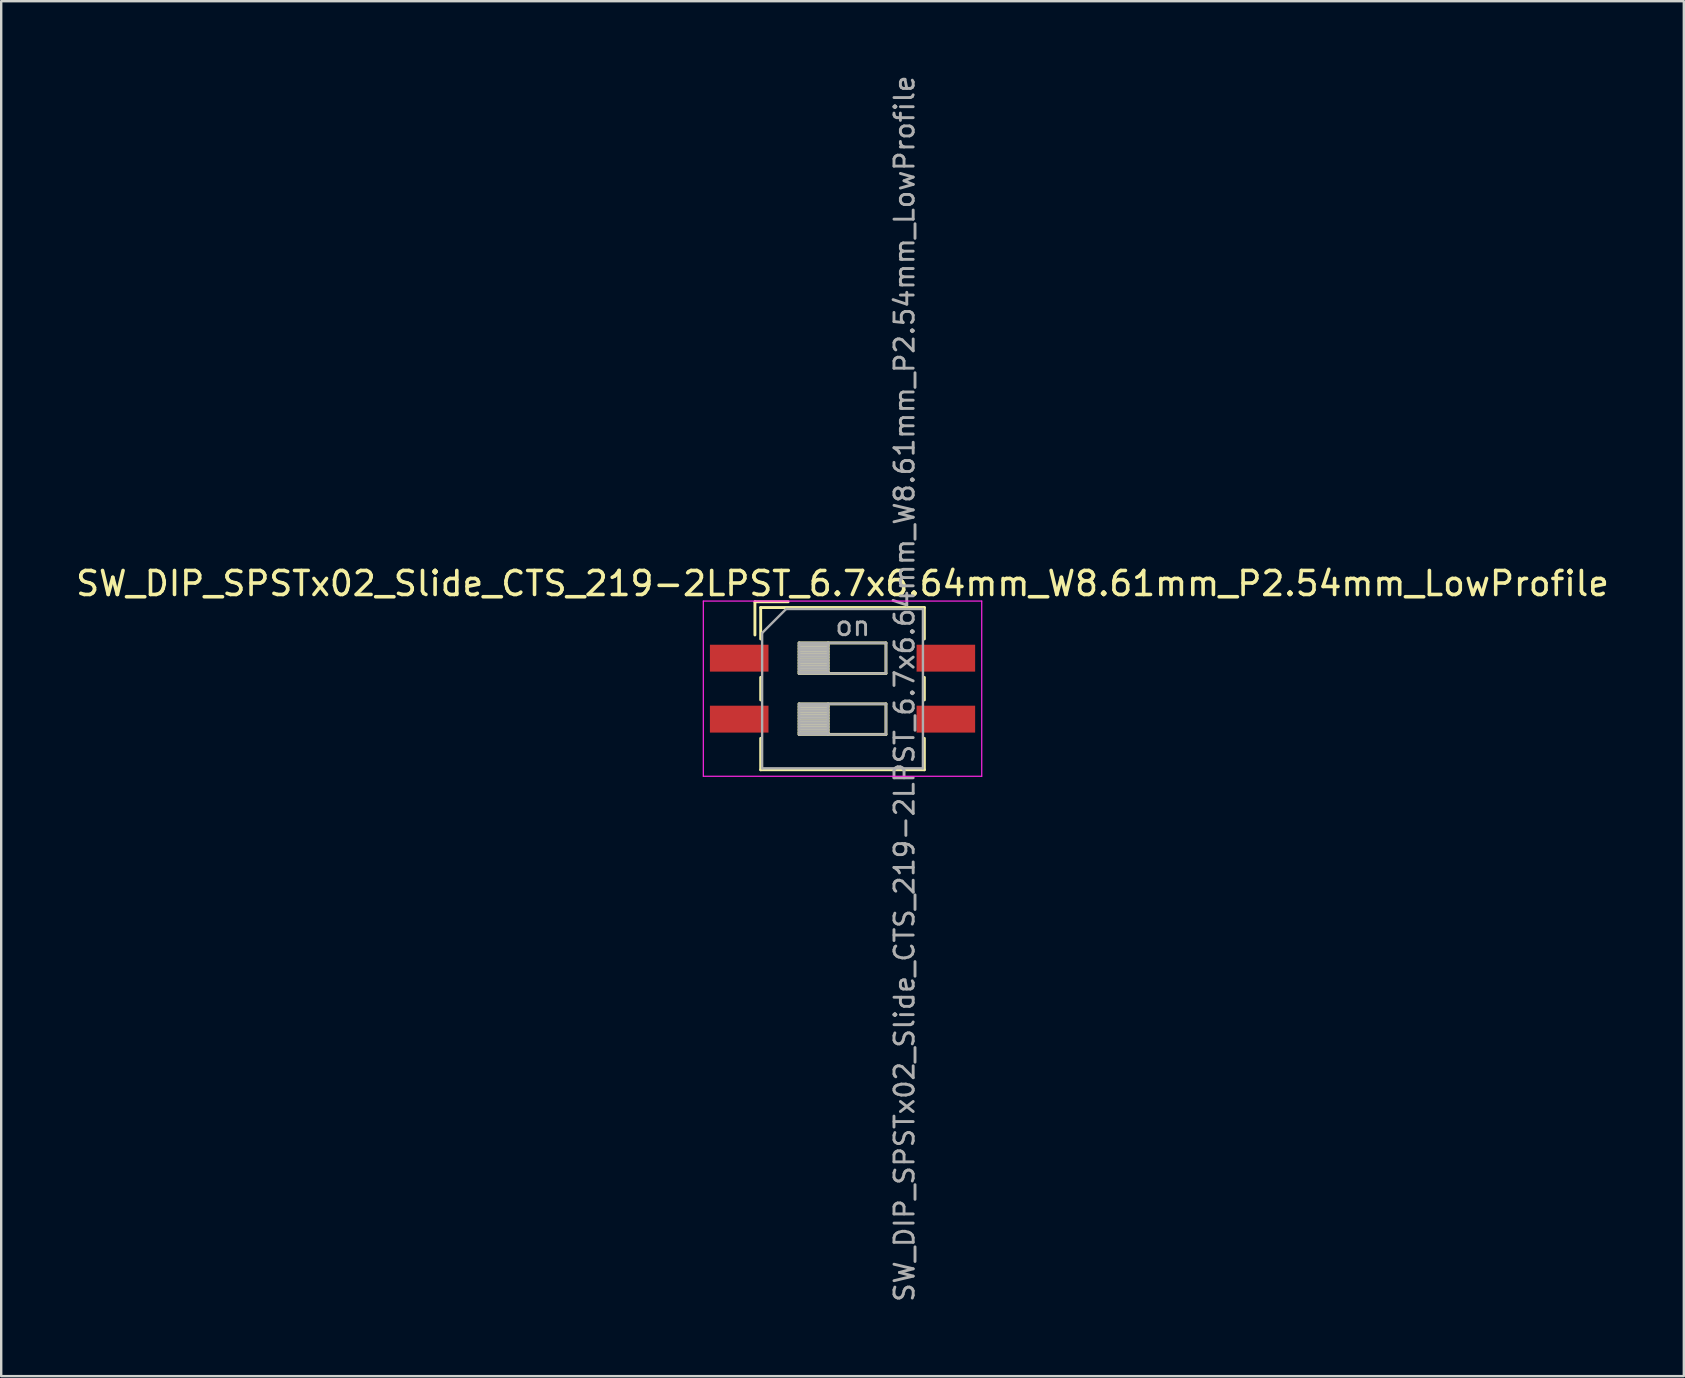
<source format=kicad_pcb>
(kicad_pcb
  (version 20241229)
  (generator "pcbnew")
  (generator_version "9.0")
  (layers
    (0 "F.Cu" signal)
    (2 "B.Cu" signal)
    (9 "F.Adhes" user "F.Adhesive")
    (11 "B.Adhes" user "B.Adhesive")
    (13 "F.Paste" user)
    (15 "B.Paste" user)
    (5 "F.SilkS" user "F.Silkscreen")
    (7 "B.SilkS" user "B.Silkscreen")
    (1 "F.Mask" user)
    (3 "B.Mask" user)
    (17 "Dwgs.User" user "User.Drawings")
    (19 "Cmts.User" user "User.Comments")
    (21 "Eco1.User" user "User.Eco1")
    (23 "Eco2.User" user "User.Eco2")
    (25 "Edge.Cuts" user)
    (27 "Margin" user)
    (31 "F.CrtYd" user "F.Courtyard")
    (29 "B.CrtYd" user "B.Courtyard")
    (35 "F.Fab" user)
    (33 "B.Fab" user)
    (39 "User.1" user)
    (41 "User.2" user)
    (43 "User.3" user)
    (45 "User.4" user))
  (footprint "SW_DIP_SPSTx02_Slide_CTS_219-2LPST_6.7x6.64mm_W8.61mm_P2.54mm_LowProfile"
    (layer "F.Cu")
    (at 32.054 25.643)
    (property "Reference" "SW_DIP_SPSTx02_Slide_CTS_219-2LPST_6.7x6.64mm_W8.61mm_P2.54mm_LowProfile" (at 0 -4.38 0) (layer "F.SilkS") (effects (font (size 1 1) (thickness 0.15))))
    (attr smd)
    (fp_line (start -3.65 -3.62) (end -3.65 -2.237) (stroke (width 0.12) (type solid)) (layer "F.SilkS"))
    (fp_line (start -3.65 -3.62) (end -2.267 -3.62) (stroke (width 0.12) (type solid)) (layer "F.SilkS"))
    (fp_line (start -3.41 -3.38) (end -3.41 -2.07) (stroke (width 0.12) (type solid)) (layer "F.SilkS"))
    (fp_line (start -3.41 -3.38) (end 3.41 -3.38) (stroke (width 0.12) (type solid)) (layer "F.SilkS"))
    (fp_line (start -3.41 -0.47) (end -3.41 0.47) (stroke (width 0.12) (type solid)) (layer "F.SilkS"))
    (fp_line (start -3.41 2.07) (end -3.41 3.38) (stroke (width 0.12) (type solid)) (layer "F.SilkS"))
    (fp_line (start -3.41 3.38) (end 3.41 3.38) (stroke (width 0.12) (type solid)) (layer "F.SilkS"))
    (fp_line (start -1.81 -1.905) (end -1.81 -0.635) (stroke (width 0.12) (type solid)) (layer "F.SilkS"))
    (fp_line (start -1.81 -1.785) (end -0.603 -1.785) (stroke (width 0.12) (type solid)) (layer "F.SilkS"))
    (fp_line (start -1.81 -1.665) (end -0.603 -1.665) (stroke (width 0.12) (type solid)) (layer "F.SilkS"))
    (fp_line (start -1.81 -1.545) (end -0.603 -1.545) (stroke (width 0.12) (type solid)) (layer "F.SilkS"))
    (fp_line (start -1.81 -1.425) (end -0.603 -1.425) (stroke (width 0.12) (type solid)) (layer "F.SilkS"))
    (fp_line (start -1.81 -1.305) (end -0.603 -1.305) (stroke (width 0.12) (type solid)) (layer "F.SilkS"))
    (fp_line (start -1.81 -1.185) (end -0.603 -1.185) (stroke (width 0.12) (type solid)) (layer "F.SilkS"))
    (fp_line (start -1.81 -1.065) (end -0.603 -1.065) (stroke (width 0.12) (type solid)) (layer "F.SilkS"))
    (fp_line (start -1.81 -0.945) (end -0.603 -0.945) (stroke (width 0.12) (type solid)) (layer "F.SilkS"))
    (fp_line (start -1.81 -0.825) (end -0.603 -0.825) (stroke (width 0.12) (type solid)) (layer "F.SilkS"))
    (fp_line (start -1.81 -0.705) (end -0.603 -0.705) (stroke (width 0.12) (type solid)) (layer "F.SilkS"))
    (fp_line (start -1.81 -0.635) (end 1.81 -0.635) (stroke (width 0.12) (type solid)) (layer "F.SilkS"))
    (fp_line (start -1.81 0.635) (end -1.81 1.905) (stroke (width 0.12) (type solid)) (layer "F.SilkS"))
    (fp_line (start -1.81 0.755) (end -0.603 0.755) (stroke (width 0.12) (type solid)) (layer "F.SilkS"))
    (fp_line (start -1.81 0.875) (end -0.603 0.875) (stroke (width 0.12) (type solid)) (layer "F.SilkS"))
    (fp_line (start -1.81 0.995) (end -0.603 0.995) (stroke (width 0.12) (type solid)) (layer "F.SilkS"))
    (fp_line (start -1.81 1.115) (end -0.603 1.115) (stroke (width 0.12) (type solid)) (layer "F.SilkS"))
    (fp_line (start -1.81 1.235) (end -0.603 1.235) (stroke (width 0.12) (type solid)) (layer "F.SilkS"))
    (fp_line (start -1.81 1.355) (end -0.603 1.355) (stroke (width 0.12) (type solid)) (layer "F.SilkS"))
    (fp_line (start -1.81 1.475) (end -0.603 1.475) (stroke (width 0.12) (type solid)) (layer "F.SilkS"))
    (fp_line (start -1.81 1.595) (end -0.603 1.595) (stroke (width 0.12) (type solid)) (layer "F.SilkS"))
    (fp_line (start -1.81 1.715) (end -0.603 1.715) (stroke (width 0.12) (type solid)) (layer "F.SilkS"))
    (fp_line (start -1.81 1.835) (end -0.603 1.835) (stroke (width 0.12) (type solid)) (layer "F.SilkS"))
    (fp_line (start -1.81 1.905) (end 1.81 1.905) (stroke (width 0.12) (type solid)) (layer "F.SilkS"))
    (fp_line (start -0.603 -1.905) (end -0.603 -0.635) (stroke (width 0.12) (type solid)) (layer "F.SilkS"))
    (fp_line (start -0.603 0.635) (end -0.603 1.905) (stroke (width 0.12) (type solid)) (layer "F.SilkS"))
    (fp_line (start 1.81 -1.905) (end -1.81 -1.905) (stroke (width 0.12) (type solid)) (layer "F.SilkS"))
    (fp_line (start 1.81 -0.635) (end 1.81 -1.905) (stroke (width 0.12) (type solid)) (layer "F.SilkS"))
    (fp_line (start 1.81 0.635) (end -1.81 0.635) (stroke (width 0.12) (type solid)) (layer "F.SilkS"))
    (fp_line (start 1.81 1.905) (end 1.81 0.635) (stroke (width 0.12) (type solid)) (layer "F.SilkS"))
    (fp_line (start 3.41 -3.38) (end 3.41 -2.07) (stroke (width 0.12) (type solid)) (layer "F.SilkS"))
    (fp_line (start 3.41 -0.47) (end 3.41 0.47) (stroke (width 0.12) (type solid)) (layer "F.SilkS"))
    (fp_line (start 3.41 2.07) (end 3.41 3.38) (stroke (width 0.12) (type solid)) (layer "F.SilkS"))
    (fp_line (start -5.8 -3.65) (end -5.8 3.65) (stroke (width 0.05) (type solid)) (layer "F.CrtYd"))
    (fp_line (start -5.8 3.65) (end 5.8 3.65) (stroke (width 0.05) (type solid)) (layer "F.CrtYd"))
    (fp_line (start 5.8 -3.65) (end -5.8 -3.65) (stroke (width 0.05) (type solid)) (layer "F.CrtYd"))
    (fp_line (start 5.8 3.65) (end 5.8 -3.65) (stroke (width 0.05) (type solid)) (layer "F.CrtYd"))
    (fp_line (start -3.35 -2.32) (end -2.35 -3.32) (stroke (width 0.1) (type solid)) (layer "F.Fab"))
    (fp_line (start -3.35 3.32) (end -3.35 -2.32) (stroke (width 0.1) (type solid)) (layer "F.Fab"))
    (fp_line (start -2.35 -3.32) (end 3.35 -3.32) (stroke (width 0.1) (type solid)) (layer "F.Fab"))
    (fp_line (start -1.81 -1.905) (end -1.81 -0.635) (stroke (width 0.1) (type solid)) (layer "F.Fab"))
    (fp_line (start -1.81 -1.805) (end -0.603 -1.805) (stroke (width 0.1) (type solid)) (layer "F.Fab"))
    (fp_line (start -1.81 -1.705) (end -0.603 -1.705) (stroke (width 0.1) (type solid)) (layer "F.Fab"))
    (fp_line (start -1.81 -1.605) (end -0.603 -1.605) (stroke (width 0.1) (type solid)) (layer "F.Fab"))
    (fp_line (start -1.81 -1.505) (end -0.603 -1.505) (stroke (width 0.1) (type solid)) (layer "F.Fab"))
    (fp_line (start -1.81 -1.405) (end -0.603 -1.405) (stroke (width 0.1) (type solid)) (layer "F.Fab"))
    (fp_line (start -1.81 -1.305) (end -0.603 -1.305) (stroke (width 0.1) (type solid)) (layer "F.Fab"))
    (fp_line (start -1.81 -1.205) (end -0.603 -1.205) (stroke (width 0.1) (type solid)) (layer "F.Fab"))
    (fp_line (start -1.81 -1.105) (end -0.603 -1.105) (stroke (width 0.1) (type solid)) (layer "F.Fab"))
    (fp_line (start -1.81 -1.005) (end -0.603 -1.005) (stroke (width 0.1) (type solid)) (layer "F.Fab"))
    (fp_line (start -1.81 -0.905) (end -0.603 -0.905) (stroke (width 0.1) (type solid)) (layer "F.Fab"))
    (fp_line (start -1.81 -0.805) (end -0.603 -0.805) (stroke (width 0.1) (type solid)) (layer "F.Fab"))
    (fp_line (start -1.81 -0.705) (end -0.603 -0.705) (stroke (width 0.1) (type solid)) (layer "F.Fab"))
    (fp_line (start -1.81 -0.635) (end 1.81 -0.635) (stroke (width 0.1) (type solid)) (layer "F.Fab"))
    (fp_line (start -1.81 0.635) (end -1.81 1.905) (stroke (width 0.1) (type solid)) (layer "F.Fab"))
    (fp_line (start -1.81 0.735) (end -0.603 0.735) (stroke (width 0.1) (type solid)) (layer "F.Fab"))
    (fp_line (start -1.81 0.835) (end -0.603 0.835) (stroke (width 0.1) (type solid)) (layer "F.Fab"))
    (fp_line (start -1.81 0.935) (end -0.603 0.935) (stroke (width 0.1) (type solid)) (layer "F.Fab"))
    (fp_line (start -1.81 1.035) (end -0.603 1.035) (stroke (width 0.1) (type solid)) (layer "F.Fab"))
    (fp_line (start -1.81 1.135) (end -0.603 1.135) (stroke (width 0.1) (type solid)) (layer "F.Fab"))
    (fp_line (start -1.81 1.235) (end -0.603 1.235) (stroke (width 0.1) (type solid)) (layer "F.Fab"))
    (fp_line (start -1.81 1.335) (end -0.603 1.335) (stroke (width 0.1) (type solid)) (layer "F.Fab"))
    (fp_line (start -1.81 1.435) (end -0.603 1.435) (stroke (width 0.1) (type solid)) (layer "F.Fab"))
    (fp_line (start -1.81 1.535) (end -0.603 1.535) (stroke (width 0.1) (type solid)) (layer "F.Fab"))
    (fp_line (start -1.81 1.635) (end -0.603 1.635) (stroke (width 0.1) (type solid)) (layer "F.Fab"))
    (fp_line (start -1.81 1.735) (end -0.603 1.735) (stroke (width 0.1) (type solid)) (layer "F.Fab"))
    (fp_line (start -1.81 1.835) (end -0.603 1.835) (stroke (width 0.1) (type solid)) (layer "F.Fab"))
    (fp_line (start -1.81 1.905) (end 1.81 1.905) (stroke (width 0.1) (type solid)) (layer "F.Fab"))
    (fp_line (start -0.603 -1.905) (end -0.603 -0.635) (stroke (width 0.1) (type solid)) (layer "F.Fab"))
    (fp_line (start -0.603 0.635) (end -0.603 1.905) (stroke (width 0.1) (type solid)) (layer "F.Fab"))
    (fp_line (start 1.81 -1.905) (end -1.81 -1.905) (stroke (width 0.1) (type solid)) (layer "F.Fab"))
    (fp_line (start 1.81 -0.635) (end 1.81 -1.905) (stroke (width 0.1) (type solid)) (layer "F.Fab"))
    (fp_line (start 1.81 0.635) (end -1.81 0.635) (stroke (width 0.1) (type solid)) (layer "F.Fab"))
    (fp_line (start 1.81 1.905) (end 1.81 0.635) (stroke (width 0.1) (type solid)) (layer "F.Fab"))
    (fp_line (start 3.35 -3.32) (end 3.35 3.32) (stroke (width 0.1) (type solid)) (layer "F.Fab"))
    (fp_line (start 3.35 3.32) (end -3.35 3.32) (stroke (width 0.1) (type solid)) (layer "F.Fab"))
    (fp_text user "${REFERENCE}" (at 2.58 0 90) (layer "F.Fab") (effects (font (size 0.8 0.8) (thickness 0.12))))
    (fp_text user "on" (at 0.427 -2.612 0) (layer "F.Fab") (effects (font (size 0.8 0.8) (thickness 0.12))))
    (pad "1" smd rect (at -4.305 -1.27) (size 2.44 1.12) (layers "F.Cu" "F.Mask" "F.Paste"))
    (pad "2" smd rect (at -4.305 1.27) (size 2.44 1.12) (layers "F.Cu" "F.Mask" "F.Paste"))
    (pad "3" smd rect (at 4.305 1.27) (size 2.44 1.12) (layers "F.Cu" "F.Mask" "F.Paste"))
    (pad "4" smd rect (at 4.305 -1.27) (size 2.44 1.12) (layers "F.Cu" "F.Mask" "F.Paste")))
  (gr_rect
    (start -3 -3)
    (end 67.107 54.286)
    (stroke (width 0.1) (type default))
    (fill no)
    (layer "Edge.Cuts")))
</source>
